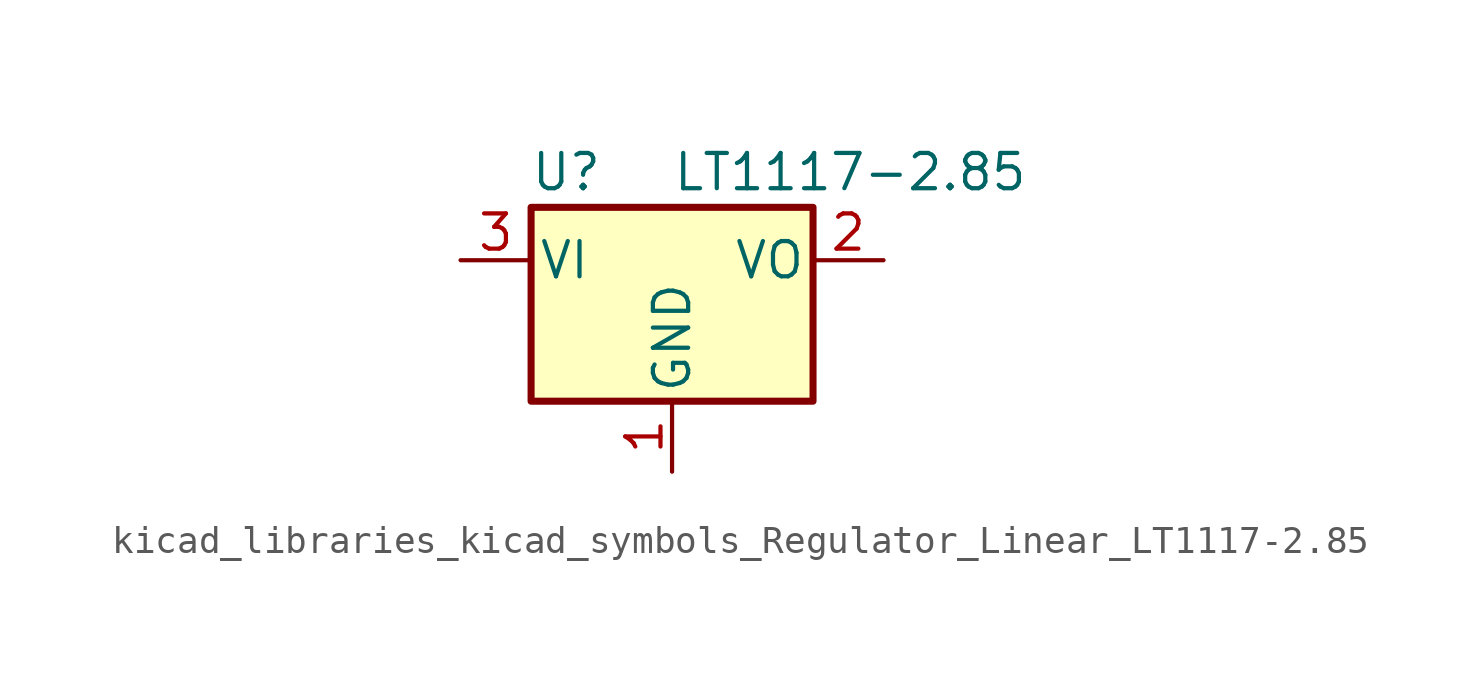
<source format=kicad_sym>
(kicad_symbol_lib
  (version 20220914)
  (generator kicad_symbol_editor)
  (symbol "kicad_libraries_kicad_symbols_Regulator_Linear_LT1117-2.85"
    (pin_names
      (offset 0.254))
    (property "Reference" "U"
      (at -3.81 3.175 0)
      (effects (font (size 1.27 1.27))))
    (property "Value" "LT1117-2.85"
      (at 0 3.175 0)
      (effects (font (size 1.27 1.27)) (justify left)))
    (symbol "kicad_libraries_kicad_symbols_Regulator_Linear_LT1117-2.85_0_1"
      (rectangle (start -5.08 -5.08) (end 5.08 1.905) (stroke (width 0.254) (type default)) (fill (type background))))
    (symbol "kicad_libraries_kicad_symbols_Regulator_Linear_LT1117-2.85_1_1"
      (pin power_in line (at 0 -7.62 90) (length 2.54) (name "GND" (effects (font (size 1.27 1.27)))) (number "1" (effects (font (size 1.27 1.27)))))
      (pin power_out line (at 7.62 0 180) (length 2.54) (name "VO" (effects (font (size 1.27 1.27)))) (number "2" (effects (font (size 1.27 1.27)))))
      (pin power_in line (at -7.62 0 0) (length 2.54) (name "VI" (effects (font (size 1.27 1.27)))) (number "3" (effects (font (size 1.27 1.27))))))))
</source>
